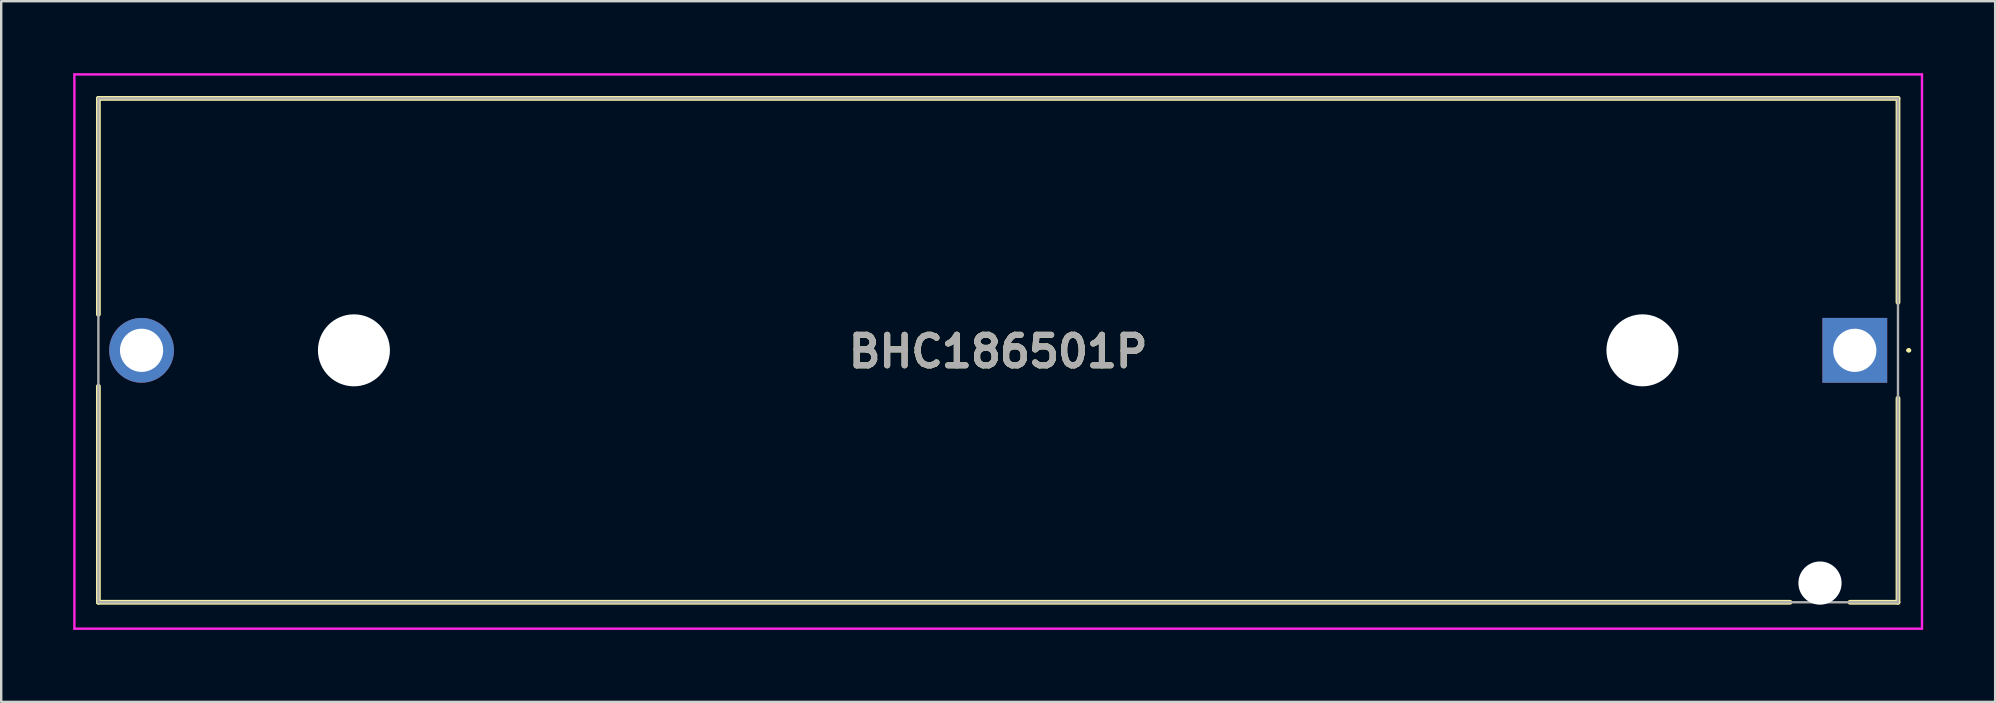
<source format=kicad_pcb>
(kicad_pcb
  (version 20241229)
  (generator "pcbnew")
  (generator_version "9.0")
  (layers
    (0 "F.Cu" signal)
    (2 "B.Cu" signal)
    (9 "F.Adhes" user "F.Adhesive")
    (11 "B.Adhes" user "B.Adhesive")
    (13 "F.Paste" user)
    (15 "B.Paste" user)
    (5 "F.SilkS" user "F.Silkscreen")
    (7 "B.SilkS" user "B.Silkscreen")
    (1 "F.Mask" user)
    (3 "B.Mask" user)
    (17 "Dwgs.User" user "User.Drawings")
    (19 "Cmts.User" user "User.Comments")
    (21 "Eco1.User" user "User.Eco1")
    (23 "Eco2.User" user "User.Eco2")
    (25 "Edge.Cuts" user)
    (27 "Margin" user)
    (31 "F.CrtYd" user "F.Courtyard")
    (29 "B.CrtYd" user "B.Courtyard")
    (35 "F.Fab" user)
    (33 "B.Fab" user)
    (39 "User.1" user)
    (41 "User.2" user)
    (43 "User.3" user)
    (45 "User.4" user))
  (footprint "BHC186501P"
    (layer "F.Cu")
    (at 74.25 11.55)
    (property "Reference" "BHC186501P" (at -35.7 0.05 0) (layer "F.SilkS") (effects (font (size 1.27 1.27) (thickness 0.254))))
    (attr through_hole)
    (fp_line (start -73.2 -10.5) (end -73.2 -1.5) (stroke (width 0.2) (type solid)) (layer "F.SilkS"))
    (fp_line (start -73.2 1.5) (end -73.2 10.5) (stroke (width 0.2) (type solid)) (layer "F.SilkS"))
    (fp_line (start -73.2 10.5) (end -2.7 10.5) (stroke (width 0.2) (type solid)) (layer "F.SilkS"))
    (fp_line (start -0.2 10.5) (end 1.8 10.5) (stroke (width 0.2) (type solid)) (layer "F.SilkS"))
    (fp_line (start 1.8 -10.5) (end -73.2 -10.5) (stroke (width 0.2) (type solid)) (layer "F.SilkS"))
    (fp_line (start 1.8 -2) (end 1.8 -10.5) (stroke (width 0.2) (type solid)) (layer "F.SilkS"))
    (fp_line (start 1.8 10.5) (end 1.8 2) (stroke (width 0.2) (type solid)) (layer "F.SilkS"))
    (fp_line (start 2.2 0) (end 2.2 0) (stroke (width 0.1) (type solid)) (layer "F.SilkS"))
    (fp_line (start 2.3 0) (end 2.3 0) (stroke (width 0.1) (type solid)) (layer "F.SilkS"))
    (fp_arc (start 2.2 0) (mid 2.25 -0.05) (end 2.3 0) (stroke (width 0.1) (type solid)) (layer "F.SilkS"))
    (fp_arc (start 2.3 0) (mid 2.25 0.05) (end 2.2 0) (stroke (width 0.1) (type solid)) (layer "F.SilkS"))
    (fp_line (start -74.2 -11.5) (end 2.8 -11.5) (stroke (width 0.1) (type solid)) (layer "F.CrtYd"))
    (fp_line (start -74.2 11.6) (end -74.2 -11.5) (stroke (width 0.1) (type solid)) (layer "F.CrtYd"))
    (fp_line (start 2.8 -11.5) (end 2.8 11.6) (stroke (width 0.1) (type solid)) (layer "F.CrtYd"))
    (fp_line (start 2.8 11.6) (end -74.2 11.6) (stroke (width 0.1) (type solid)) (layer "F.CrtYd"))
    (fp_line (start -73.2 -10.5) (end 1.8 -10.5) (stroke (width 0.1) (type solid)) (layer "F.Fab"))
    (fp_line (start -73.2 10.5) (end -73.2 -10.5) (stroke (width 0.1) (type solid)) (layer "F.Fab"))
    (fp_line (start 1.8 -10.5) (end 1.8 10.5) (stroke (width 0.1) (type solid)) (layer "F.Fab"))
    (fp_line (start 1.8 10.5) (end -73.2 10.5) (stroke (width 0.1) (type solid)) (layer "F.Fab"))
    (fp_text user "${REFERENCE}" (at -35.7 0.05 0) (layer "F.Fab") (effects (font (size 1.27 1.27) (thickness 0.254))))
    (pad "" np_thru_hole circle (at -62.55 0) (size 3 3) (drill 3) (layers "*.Cu" "*.Mask"))
    (pad "" np_thru_hole circle (at -8.85 0) (size 3 3) (drill 3) (layers "*.Cu" "*.Mask"))
    (pad "" np_thru_hole circle (at -1.45 9.7) (size 1.8 1.8) (drill 1.8) (layers "*.Cu" "*.Mask"))
    (pad "1" thru_hole rect (at 0 0) (size 2.7 2.7) (drill 1.8) (layers "*.Cu" "*.Mask"))
    (pad "2" thru_hole circle (at -71.4 0) (size 2.7 2.7) (drill 1.8) (layers "*.Cu" "*.Mask")))
  (gr_rect
    (start -3 -3)
    (end 80.1 26.2)
    (stroke (width 0.1) (type default))
    (fill no)
    (layer "Edge.Cuts")))
</source>
